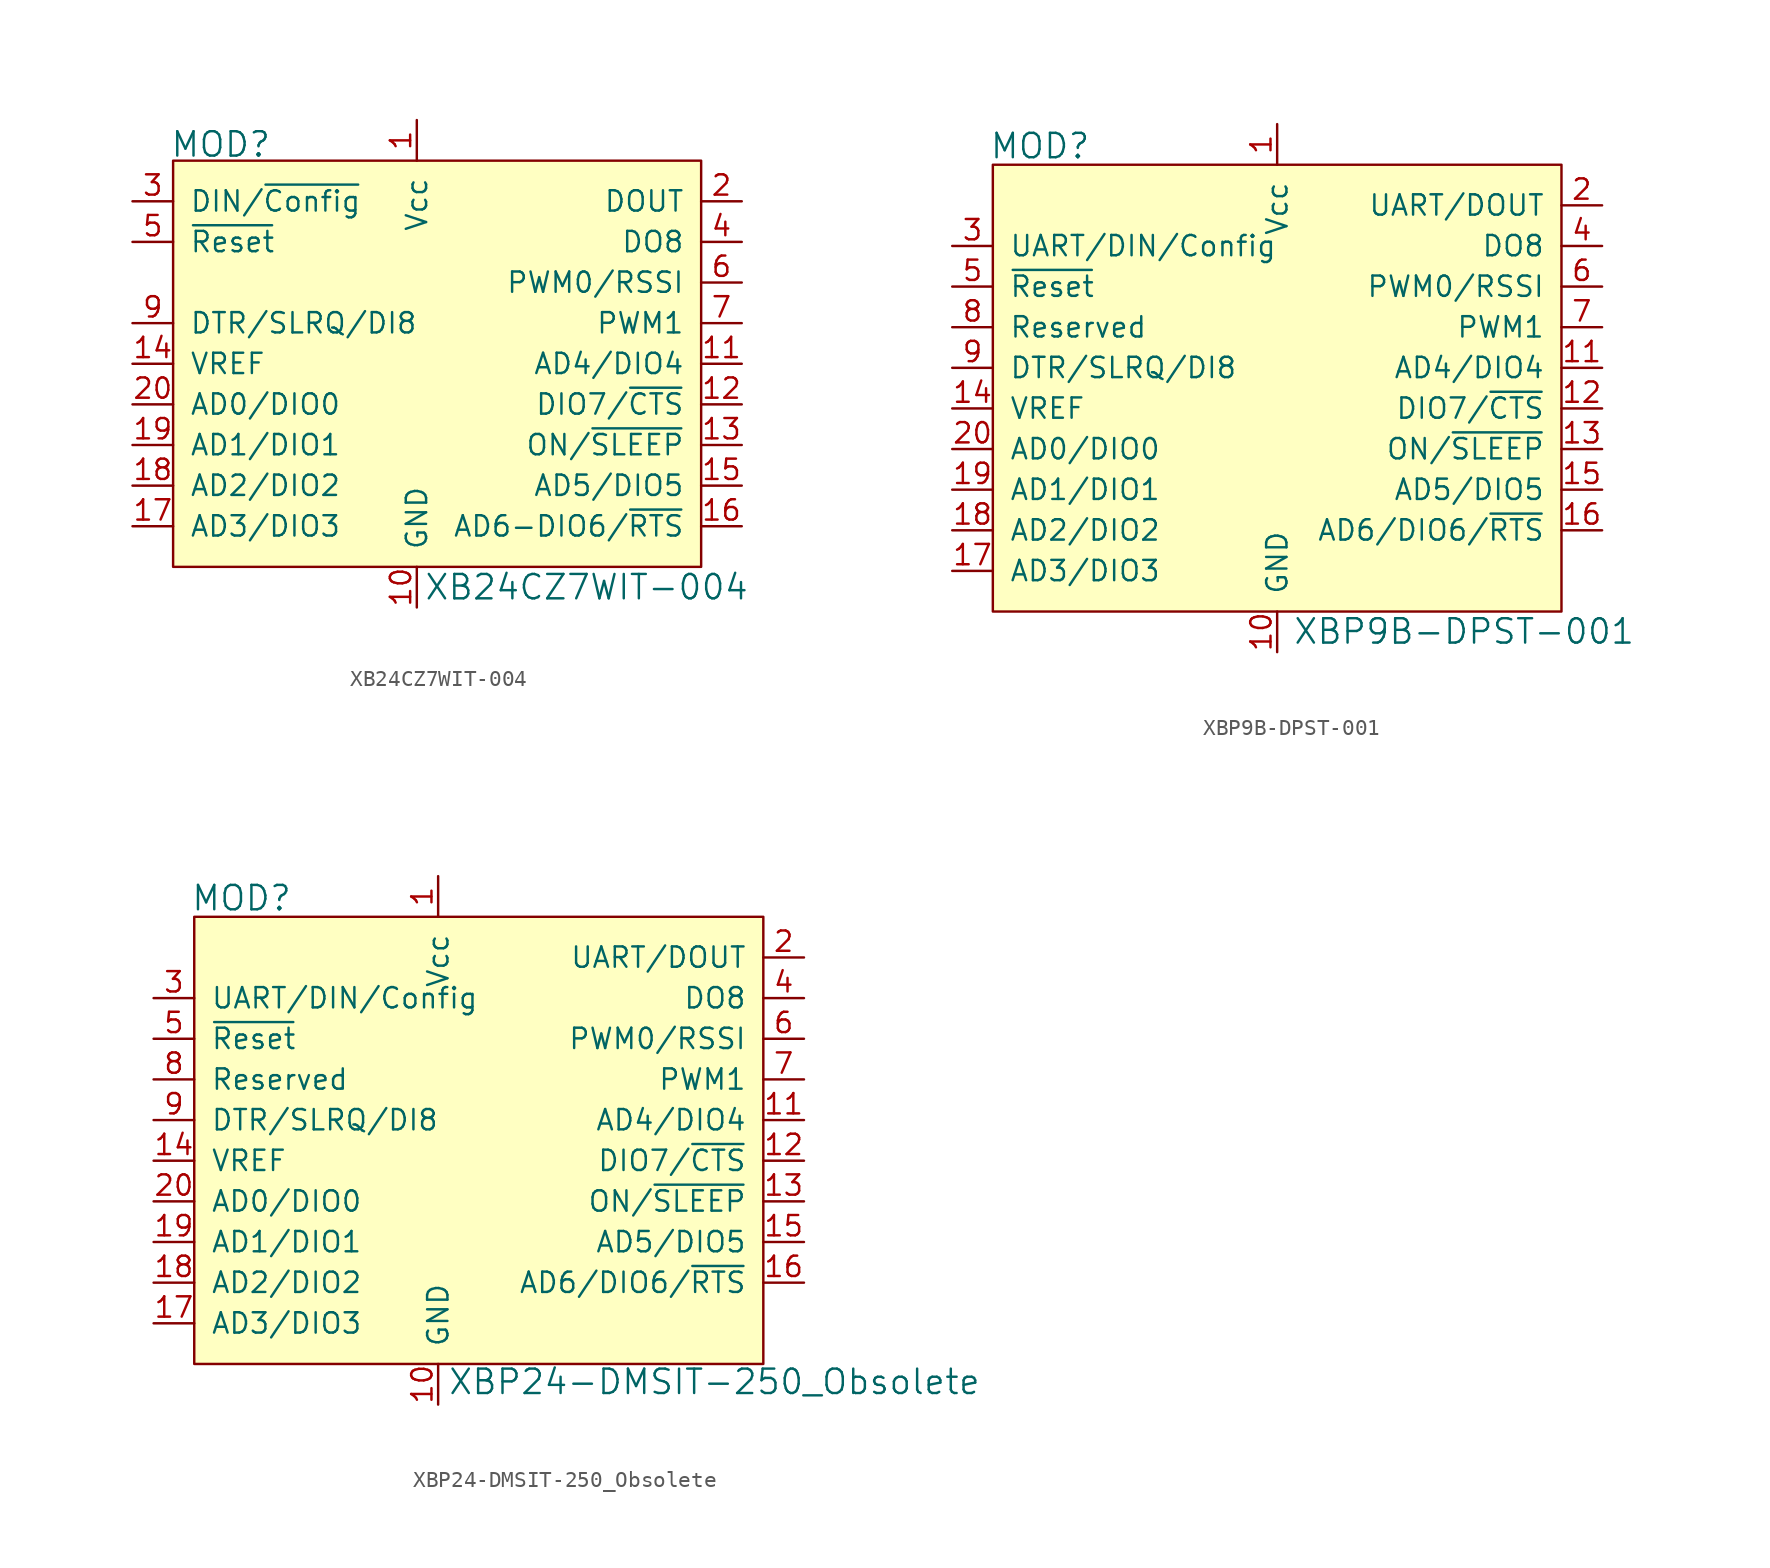
<source format=kicad_sym>
(kicad_symbol_lib
  (version 20220914)
  (generator kicad_symbol_editor)
  (symbol "XB24CZ7WIT-004"
    (pin_names
      (offset 1.016))
    (property "Reference" "MOD"
      (at -15.443 13.716 0)
      (effects (font (size 1.524 1.524)) (justify left)))
    (property "Value" "XB24CZ7WIT-004"
      (at 0.432 -13.97 0)
      (effects (font (size 1.524 1.524)) (justify left)))
    (symbol "XB24CZ7WIT-004_0_1"
      (rectangle (start -15.24 12.7) (end 17.78 -12.7) (stroke (width 0) (type solid)) (fill (type background))))
    (symbol "XB24CZ7WIT-004_1_1"
      (pin power_in line (at 0 15.24 270) (length 2.54) (name "Vcc" (effects (font (size 1.27 1.27)))) (number "1" (effects (font (size 1.27 1.27)))))
      (pin power_in line (at 0 -15.24 90) (length 2.54) (name "GND" (effects (font (size 1.27 1.27)))) (number "10" (effects (font (size 1.27 1.27)))))
      (pin bidirectional line (at 20.32 0 180) (length 2.54) (name "AD4/DIO4" (effects (font (size 1.27 1.27)))) (number "11" (effects (font (size 1.27 1.27)))))
      (pin bidirectional line (at 20.32 -2.54 180) (length 2.54) (name "DIO7/~{CTS}" (effects (font (size 1.27 1.27)))) (number "12" (effects (font (size 1.27 1.27)))))
      (pin output line (at 20.32 -5.08 180) (length 2.54) (name "ON/~{SLEEP}" (effects (font (size 1.27 1.27)))) (number "13" (effects (font (size 1.27 1.27)))))
      (pin input line (at -17.78 0 0) (length 2.54) (name "VREF" (effects (font (size 1.27 1.27)))) (number "14" (effects (font (size 1.27 1.27)))))
      (pin bidirectional line (at 20.32 -7.62 180) (length 2.54) (name "AD5/DIO5" (effects (font (size 1.27 1.27)))) (number "15" (effects (font (size 1.27 1.27)))))
      (pin bidirectional line (at 20.32 -10.16 180) (length 2.54) (name "AD6-DIO6/~{RTS}" (effects (font (size 1.27 1.27)))) (number "16" (effects (font (size 1.27 1.27)))))
      (pin bidirectional line (at -17.78 -10.16 0) (length 2.54) (name "AD3/DIO3" (effects (font (size 1.27 1.27)))) (number "17" (effects (font (size 1.27 1.27)))))
      (pin bidirectional line (at -17.78 -7.62 0) (length 2.54) (name "AD2/DIO2" (effects (font (size 1.27 1.27)))) (number "18" (effects (font (size 1.27 1.27)))))
      (pin bidirectional line (at -17.78 -5.08 0) (length 2.54) (name "AD1/DIO1" (effects (font (size 1.27 1.27)))) (number "19" (effects (font (size 1.27 1.27)))))
      (pin output line (at 20.32 10.16 180) (length 2.54) (name "DOUT" (effects (font (size 1.27 1.27)))) (number "2" (effects (font (size 1.27 1.27)))))
      (pin bidirectional line (at -17.78 -2.54 0) (length 2.54) (name "AD0/DIO0" (effects (font (size 1.27 1.27)))) (number "20" (effects (font (size 1.27 1.27)))))
      (pin input line (at -17.78 10.16 0) (length 2.54) (name "DIN/~{Config}" (effects (font (size 1.27 1.27)))) (number "3" (effects (font (size 1.27 1.27)))))
      (pin output line (at 20.32 7.62 180) (length 2.54) (name "DO8" (effects (font (size 1.27 1.27)))) (number "4" (effects (font (size 1.27 1.27)))))
      (pin input line (at -17.78 7.62 0) (length 2.54) (name "~{Reset}" (effects (font (size 1.27 1.27)))) (number "5" (effects (font (size 1.27 1.27)))))
      (pin output line (at 20.32 5.08 180) (length 2.54) (name "PWM0/RSSI" (effects (font (size 1.27 1.27)))) (number "6" (effects (font (size 1.27 1.27)))))
      (pin output line (at 20.32 2.54 180) (length 2.54) (name "PWM1" (effects (font (size 1.27 1.27)))) (number "7" (effects (font (size 1.27 1.27)))))
      (pin no_connect line (at -15.24 5.08 0) (length 2.54) hide (name "Reserved" (effects (font (size 1.27 1.27)))) (number "8" (effects (font (size 1.27 1.27)))))
      (pin input line (at -17.78 2.54 0) (length 2.54) (name "DTR/SLRQ/DI8" (effects (font (size 1.27 1.27)))) (number "9" (effects (font (size 1.27 1.27)))))))
  (symbol "XBP9B-DPST-001"
    (pin_names
      (offset 1.016))
    (property "Reference" "MOD"
      (at -18.009 16.408 0)
      (effects (font (size 1.524 1.524)) (justify left)))
    (property "Value" "XBP9B-DPST-001"
      (at 0.965 -13.945 0)
      (effects (font (size 1.524 1.524)) (justify left)))
    (symbol "XBP9B-DPST-001_0_1"
      (rectangle (start -17.78 15.24) (end 17.78 -12.7) (stroke (width 0) (type solid)) (fill (type background))))
    (symbol "XBP9B-DPST-001_1_1"
      (pin power_in line (at 0 17.78 270) (length 2.54) (name "Vcc" (effects (font (size 1.27 1.27)))) (number "1" (effects (font (size 1.27 1.27)))))
      (pin power_in line (at 0 -15.24 90) (length 2.54) (name "GND" (effects (font (size 1.27 1.27)))) (number "10" (effects (font (size 1.27 1.27)))))
      (pin bidirectional line (at 20.32 2.54 180) (length 2.54) (name "AD4/DIO4" (effects (font (size 1.27 1.27)))) (number "11" (effects (font (size 1.27 1.27)))))
      (pin bidirectional line (at 20.32 0 180) (length 2.54) (name "DIO7/~{CTS}" (effects (font (size 1.27 1.27)))) (number "12" (effects (font (size 1.27 1.27)))))
      (pin output line (at 20.32 -2.54 180) (length 2.54) (name "ON/~{SLEEP}" (effects (font (size 1.27 1.27)))) (number "13" (effects (font (size 1.27 1.27)))))
      (pin input line (at -20.32 0 0) (length 2.54) (name "VREF" (effects (font (size 1.27 1.27)))) (number "14" (effects (font (size 1.27 1.27)))))
      (pin bidirectional line (at 20.32 -5.08 180) (length 2.54) (name "AD5/DIO5" (effects (font (size 1.27 1.27)))) (number "15" (effects (font (size 1.27 1.27)))))
      (pin bidirectional line (at 20.32 -7.62 180) (length 2.54) (name "AD6/DIO6/~{RTS}" (effects (font (size 1.27 1.27)))) (number "16" (effects (font (size 1.27 1.27)))))
      (pin bidirectional line (at -20.32 -10.16 0) (length 2.54) (name "AD3/DIO3" (effects (font (size 1.27 1.27)))) (number "17" (effects (font (size 1.27 1.27)))))
      (pin bidirectional line (at -20.32 -7.62 0) (length 2.54) (name "AD2/DIO2" (effects (font (size 1.27 1.27)))) (number "18" (effects (font (size 1.27 1.27)))))
      (pin bidirectional line (at -20.32 -5.08 0) (length 2.54) (name "AD1/DIO1" (effects (font (size 1.27 1.27)))) (number "19" (effects (font (size 1.27 1.27)))))
      (pin output line (at 20.32 12.7 180) (length 2.54) (name "UART/DOUT" (effects (font (size 1.27 1.27)))) (number "2" (effects (font (size 1.27 1.27)))))
      (pin bidirectional line (at -20.32 -2.54 0) (length 2.54) (name "AD0/DIO0" (effects (font (size 1.27 1.27)))) (number "20" (effects (font (size 1.27 1.27)))))
      (pin input line (at -20.32 10.16 0) (length 2.54) (name "UART/DIN/Config" (effects (font (size 1.27 1.27)))) (number "3" (effects (font (size 1.27 1.27)))))
      (pin output line (at 20.32 10.16 180) (length 2.54) (name "DO8" (effects (font (size 1.27 1.27)))) (number "4" (effects (font (size 1.27 1.27)))))
      (pin input line (at -20.32 7.62 0) (length 2.54) (name "~{Reset}" (effects (font (size 1.27 1.27)))) (number "5" (effects (font (size 1.27 1.27)))))
      (pin output line (at 20.32 7.62 180) (length 2.54) (name "PWM0/RSSI" (effects (font (size 1.27 1.27)))) (number "6" (effects (font (size 1.27 1.27)))))
      (pin output line (at 20.32 5.08 180) (length 2.54) (name "PWM1" (effects (font (size 1.27 1.27)))) (number "7" (effects (font (size 1.27 1.27)))))
      (pin bidirectional line (at -20.32 5.08 0) (length 2.54) (name "Reserved" (effects (font (size 1.27 1.27)))) (number "8" (effects (font (size 1.27 1.27)))))
      (pin input line (at -20.32 2.54 0) (length 2.54) (name "DTR/SLRQ/DI8" (effects (font (size 1.27 1.27)))) (number "9" (effects (font (size 1.27 1.27)))))))
  (symbol "XBP24-DMSIT-250_Obsolete"
    (pin_names
      (offset 1.016))
    (property "Reference" "MOD"
      (at -18.009 18.948 0)
      (effects (font (size 1.524 1.524)) (justify left)))
    (property "Value" "XBP24-DMSIT-250_Obsolete"
      (at -1.956 -11.278 0)
      (effects (font (size 1.524 1.524)) (justify left)))
    (symbol "XBP24-DMSIT-250_Obsolete_0_1"
      (rectangle (start -17.78 17.78) (end 17.78 -10.16) (stroke (width 0) (type solid)) (fill (type background))))
    (symbol "XBP24-DMSIT-250_Obsolete_1_1"
      (pin power_in line (at -2.54 20.32 270) (length 2.54) (name "Vcc" (effects (font (size 1.27 1.27)))) (number "1" (effects (font (size 1.27 1.27)))))
      (pin power_in line (at -2.54 -12.7 90) (length 2.54) (name "GND" (effects (font (size 1.27 1.27)))) (number "10" (effects (font (size 1.27 1.27)))))
      (pin bidirectional line (at 20.32 5.08 180) (length 2.54) (name "AD4/DIO4" (effects (font (size 1.27 1.27)))) (number "11" (effects (font (size 1.27 1.27)))))
      (pin bidirectional line (at 20.32 2.54 180) (length 2.54) (name "DIO7/~{CTS}" (effects (font (size 1.27 1.27)))) (number "12" (effects (font (size 1.27 1.27)))))
      (pin output line (at 20.32 0 180) (length 2.54) (name "ON/~{SLEEP}" (effects (font (size 1.27 1.27)))) (number "13" (effects (font (size 1.27 1.27)))))
      (pin input line (at -20.32 2.54 0) (length 2.54) (name "VREF" (effects (font (size 1.27 1.27)))) (number "14" (effects (font (size 1.27 1.27)))))
      (pin bidirectional line (at 20.32 -2.54 180) (length 2.54) (name "AD5/DIO5" (effects (font (size 1.27 1.27)))) (number "15" (effects (font (size 1.27 1.27)))))
      (pin bidirectional line (at 20.32 -5.08 180) (length 2.54) (name "AD6/DIO6/~{RTS}" (effects (font (size 1.27 1.27)))) (number "16" (effects (font (size 1.27 1.27)))))
      (pin bidirectional line (at -20.32 -7.62 0) (length 2.54) (name "AD3/DIO3" (effects (font (size 1.27 1.27)))) (number "17" (effects (font (size 1.27 1.27)))))
      (pin bidirectional line (at -20.32 -5.08 0) (length 2.54) (name "AD2/DIO2" (effects (font (size 1.27 1.27)))) (number "18" (effects (font (size 1.27 1.27)))))
      (pin bidirectional line (at -20.32 -2.54 0) (length 2.54) (name "AD1/DIO1" (effects (font (size 1.27 1.27)))) (number "19" (effects (font (size 1.27 1.27)))))
      (pin output line (at 20.32 15.24 180) (length 2.54) (name "UART/DOUT" (effects (font (size 1.27 1.27)))) (number "2" (effects (font (size 1.27 1.27)))))
      (pin bidirectional line (at -20.32 0 0) (length 2.54) (name "AD0/DIO0" (effects (font (size 1.27 1.27)))) (number "20" (effects (font (size 1.27 1.27)))))
      (pin input line (at -20.32 12.7 0) (length 2.54) (name "UART/DIN/Config" (effects (font (size 1.27 1.27)))) (number "3" (effects (font (size 1.27 1.27)))))
      (pin output line (at 20.32 12.7 180) (length 2.54) (name "DO8" (effects (font (size 1.27 1.27)))) (number "4" (effects (font (size 1.27 1.27)))))
      (pin input line (at -20.32 10.16 0) (length 2.54) (name "~{Reset}" (effects (font (size 1.27 1.27)))) (number "5" (effects (font (size 1.27 1.27)))))
      (pin output line (at 20.32 10.16 180) (length 2.54) (name "PWM0/RSSI" (effects (font (size 1.27 1.27)))) (number "6" (effects (font (size 1.27 1.27)))))
      (pin output line (at 20.32 7.62 180) (length 2.54) (name "PWM1" (effects (font (size 1.27 1.27)))) (number "7" (effects (font (size 1.27 1.27)))))
      (pin bidirectional line (at -20.32 7.62 0) (length 2.54) (name "Reserved" (effects (font (size 1.27 1.27)))) (number "8" (effects (font (size 1.27 1.27)))))
      (pin input line (at -20.32 5.08 0) (length 2.54) (name "DTR/SLRQ/DI8" (effects (font (size 1.27 1.27)))) (number "9" (effects (font (size 1.27 1.27))))))))
</source>
